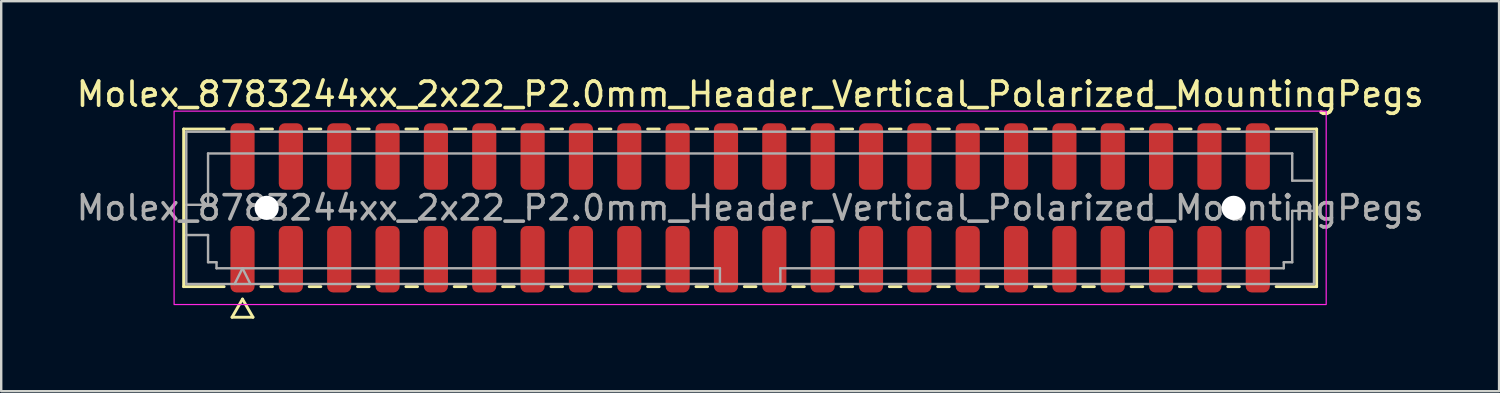
<source format=kicad_pcb>
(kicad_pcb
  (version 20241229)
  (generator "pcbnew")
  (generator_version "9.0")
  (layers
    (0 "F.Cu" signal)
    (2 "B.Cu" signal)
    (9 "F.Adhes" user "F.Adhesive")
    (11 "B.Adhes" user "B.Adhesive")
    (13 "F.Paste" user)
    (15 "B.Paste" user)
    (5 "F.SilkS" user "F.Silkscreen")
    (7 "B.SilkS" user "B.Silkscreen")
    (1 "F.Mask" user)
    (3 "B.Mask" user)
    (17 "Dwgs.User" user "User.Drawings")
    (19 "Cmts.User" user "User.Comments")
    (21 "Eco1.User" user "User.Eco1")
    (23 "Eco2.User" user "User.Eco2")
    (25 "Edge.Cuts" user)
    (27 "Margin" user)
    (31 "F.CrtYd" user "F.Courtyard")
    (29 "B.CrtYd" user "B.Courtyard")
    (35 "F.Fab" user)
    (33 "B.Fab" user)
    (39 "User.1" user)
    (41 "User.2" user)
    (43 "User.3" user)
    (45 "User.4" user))
  (footprint "Molex_8783244xx_2x22_P2.0mm_Header_Vertical_Polarized_MountingPegs"
    (layer "F.Cu")
    (at 27.982 5.548)
    (property "Reference" "Molex_8783244xx_2x22_P2.0mm_Header_Vertical_Polarized_MountingPegs" (at 0 -4.7 0) (layer "F.SilkS") (effects (font (size 1 1) (thickness 0.15))))
    (attr smd)
    (fp_line (start -23.435 -3.26) (end -21.76 -3.26) (stroke (width 0.12) (type solid)) (layer "F.SilkS"))
    (fp_line (start -23.435 3.26) (end -23.435 -3.26) (stroke (width 0.12) (type solid)) (layer "F.SilkS"))
    (fp_line (start -21.76 3.26) (end -23.435 3.26) (stroke (width 0.12) (type solid)) (layer "F.SilkS"))
    (fp_line (start -21.433 4.525) (end -21 3.775) (stroke (width 0.12) (type solid)) (layer "F.SilkS"))
    (fp_line (start -21 3.775) (end -20.567 4.525) (stroke (width 0.12) (type solid)) (layer "F.SilkS"))
    (fp_line (start -20.567 4.525) (end -21.433 4.525) (stroke (width 0.12) (type solid)) (layer "F.SilkS"))
    (fp_line (start -20.24 -3.26) (end -19.76 -3.26) (stroke (width 0.12) (type solid)) (layer "F.SilkS"))
    (fp_line (start -19.76 3.26) (end -20.24 3.26) (stroke (width 0.12) (type solid)) (layer "F.SilkS"))
    (fp_line (start -18.24 -3.26) (end -17.76 -3.26) (stroke (width 0.12) (type solid)) (layer "F.SilkS"))
    (fp_line (start -17.76 3.26) (end -18.24 3.26) (stroke (width 0.12) (type solid)) (layer "F.SilkS"))
    (fp_line (start -16.24 -3.26) (end -15.76 -3.26) (stroke (width 0.12) (type solid)) (layer "F.SilkS"))
    (fp_line (start -15.76 3.26) (end -16.24 3.26) (stroke (width 0.12) (type solid)) (layer "F.SilkS"))
    (fp_line (start -14.24 -3.26) (end -13.76 -3.26) (stroke (width 0.12) (type solid)) (layer "F.SilkS"))
    (fp_line (start -13.76 3.26) (end -14.24 3.26) (stroke (width 0.12) (type solid)) (layer "F.SilkS"))
    (fp_line (start -12.24 -3.26) (end -11.76 -3.26) (stroke (width 0.12) (type solid)) (layer "F.SilkS"))
    (fp_line (start -11.76 3.26) (end -12.24 3.26) (stroke (width 0.12) (type solid)) (layer "F.SilkS"))
    (fp_line (start -10.24 -3.26) (end -9.76 -3.26) (stroke (width 0.12) (type solid)) (layer "F.SilkS"))
    (fp_line (start -9.76 3.26) (end -10.24 3.26) (stroke (width 0.12) (type solid)) (layer "F.SilkS"))
    (fp_line (start -8.24 -3.26) (end -7.76 -3.26) (stroke (width 0.12) (type solid)) (layer "F.SilkS"))
    (fp_line (start -7.76 3.26) (end -8.24 3.26) (stroke (width 0.12) (type solid)) (layer "F.SilkS"))
    (fp_line (start -6.24 -3.26) (end -5.76 -3.26) (stroke (width 0.12) (type solid)) (layer "F.SilkS"))
    (fp_line (start -5.76 3.26) (end -6.24 3.26) (stroke (width 0.12) (type solid)) (layer "F.SilkS"))
    (fp_line (start -4.24 -3.26) (end -3.76 -3.26) (stroke (width 0.12) (type solid)) (layer "F.SilkS"))
    (fp_line (start -3.76 3.26) (end -4.24 3.26) (stroke (width 0.12) (type solid)) (layer "F.SilkS"))
    (fp_line (start -2.24 -3.26) (end -1.76 -3.26) (stroke (width 0.12) (type solid)) (layer "F.SilkS"))
    (fp_line (start -1.76 3.26) (end -2.24 3.26) (stroke (width 0.12) (type solid)) (layer "F.SilkS"))
    (fp_line (start -0.24 -3.26) (end 0.24 -3.26) (stroke (width 0.12) (type solid)) (layer "F.SilkS"))
    (fp_line (start 0.24 3.26) (end -0.24 3.26) (stroke (width 0.12) (type solid)) (layer "F.SilkS"))
    (fp_line (start 1.76 -3.26) (end 2.24 -3.26) (stroke (width 0.12) (type solid)) (layer "F.SilkS"))
    (fp_line (start 2.24 3.26) (end 1.76 3.26) (stroke (width 0.12) (type solid)) (layer "F.SilkS"))
    (fp_line (start 3.76 -3.26) (end 4.24 -3.26) (stroke (width 0.12) (type solid)) (layer "F.SilkS"))
    (fp_line (start 4.24 3.26) (end 3.76 3.26) (stroke (width 0.12) (type solid)) (layer "F.SilkS"))
    (fp_line (start 5.76 -3.26) (end 6.24 -3.26) (stroke (width 0.12) (type solid)) (layer "F.SilkS"))
    (fp_line (start 6.24 3.26) (end 5.76 3.26) (stroke (width 0.12) (type solid)) (layer "F.SilkS"))
    (fp_line (start 7.76 -3.26) (end 8.24 -3.26) (stroke (width 0.12) (type solid)) (layer "F.SilkS"))
    (fp_line (start 8.24 3.26) (end 7.76 3.26) (stroke (width 0.12) (type solid)) (layer "F.SilkS"))
    (fp_line (start 9.76 -3.26) (end 10.24 -3.26) (stroke (width 0.12) (type solid)) (layer "F.SilkS"))
    (fp_line (start 10.24 3.26) (end 9.76 3.26) (stroke (width 0.12) (type solid)) (layer "F.SilkS"))
    (fp_line (start 11.76 -3.26) (end 12.24 -3.26) (stroke (width 0.12) (type solid)) (layer "F.SilkS"))
    (fp_line (start 12.24 3.26) (end 11.76 3.26) (stroke (width 0.12) (type solid)) (layer "F.SilkS"))
    (fp_line (start 13.76 -3.26) (end 14.24 -3.26) (stroke (width 0.12) (type solid)) (layer "F.SilkS"))
    (fp_line (start 14.24 3.26) (end 13.76 3.26) (stroke (width 0.12) (type solid)) (layer "F.SilkS"))
    (fp_line (start 15.76 -3.26) (end 16.24 -3.26) (stroke (width 0.12) (type solid)) (layer "F.SilkS"))
    (fp_line (start 16.24 3.26) (end 15.76 3.26) (stroke (width 0.12) (type solid)) (layer "F.SilkS"))
    (fp_line (start 17.76 -3.26) (end 18.24 -3.26) (stroke (width 0.12) (type solid)) (layer "F.SilkS"))
    (fp_line (start 18.24 3.26) (end 17.76 3.26) (stroke (width 0.12) (type solid)) (layer "F.SilkS"))
    (fp_line (start 19.76 -3.26) (end 20.24 -3.26) (stroke (width 0.12) (type solid)) (layer "F.SilkS"))
    (fp_line (start 20.24 3.26) (end 19.76 3.26) (stroke (width 0.12) (type solid)) (layer "F.SilkS"))
    (fp_line (start 21.76 -3.26) (end 23.435 -3.26) (stroke (width 0.12) (type solid)) (layer "F.SilkS"))
    (fp_line (start 23.435 -3.26) (end 23.435 3.26) (stroke (width 0.12) (type solid)) (layer "F.SilkS"))
    (fp_line (start 23.435 3.26) (end 21.76 3.26) (stroke (width 0.12) (type solid)) (layer "F.SilkS"))
    (fp_rect (start -23.83 -4) (end 23.83 4) (stroke (width 0.05) (type solid)) (fill no) (layer "F.CrtYd"))
    (fp_line (start -23.325 -3.15) (end 23.325 -3.15) (stroke (width 0.1) (type solid)) (layer "F.Fab"))
    (fp_line (start -23.325 -0.125) (end -22.425 -0.125) (stroke (width 0.1) (type solid)) (layer "F.Fab"))
    (fp_line (start -23.325 1.125) (end -22.425 1.125) (stroke (width 0.1) (type solid)) (layer "F.Fab"))
    (fp_line (start -23.325 3.15) (end -23.325 -3.15) (stroke (width 0.1) (type solid)) (layer "F.Fab"))
    (fp_line (start -22.425 -2.25) (end 22.425 -2.25) (stroke (width 0.1) (type solid)) (layer "F.Fab"))
    (fp_line (start -22.425 -0.125) (end -22.425 -2.25) (stroke (width 0.1) (type solid)) (layer "F.Fab"))
    (fp_line (start -22.425 1.125) (end -22.425 2.25) (stroke (width 0.1) (type solid)) (layer "F.Fab"))
    (fp_line (start -22.425 2.25) (end -22.075 2.25) (stroke (width 0.1) (type solid)) (layer "F.Fab"))
    (fp_line (start -22.075 2.25) (end -22.075 2.5) (stroke (width 0.1) (type solid)) (layer "F.Fab"))
    (fp_line (start -22.075 2.5) (end -1.25 2.5) (stroke (width 0.1) (type solid)) (layer "F.Fab"))
    (fp_line (start -21.325 3.15) (end -21 2.5) (stroke (width 0.1) (type solid)) (layer "F.Fab"))
    (fp_line (start -21 2.5) (end -20.675 3.15) (stroke (width 0.1) (type solid)) (layer "F.Fab"))
    (fp_line (start -1.25 2.5) (end -1.25 3.15) (stroke (width 0.1) (type solid)) (layer "F.Fab"))
    (fp_line (start 1.25 2.5) (end 1.25 3.15) (stroke (width 0.1) (type solid)) (layer "F.Fab"))
    (fp_line (start 1.25 2.5) (end 22.075 2.5) (stroke (width 0.1) (type solid)) (layer "F.Fab"))
    (fp_line (start 22.075 2.25) (end 22.425 2.25) (stroke (width 0.1) (type solid)) (layer "F.Fab"))
    (fp_line (start 22.075 2.5) (end 22.075 2.25) (stroke (width 0.1) (type solid)) (layer "F.Fab"))
    (fp_line (start 22.425 -2.25) (end 22.425 -1.125) (stroke (width 0.1) (type solid)) (layer "F.Fab"))
    (fp_line (start 22.425 -1.125) (end 23.325 -1.125) (stroke (width 0.1) (type solid)) (layer "F.Fab"))
    (fp_line (start 22.425 0.125) (end 23.325 0.125) (stroke (width 0.1) (type solid)) (layer "F.Fab"))
    (fp_line (start 22.425 2.25) (end 22.425 0.125) (stroke (width 0.1) (type solid)) (layer "F.Fab"))
    (fp_line (start 23.325 -3.15) (end 23.325 3.15) (stroke (width 0.1) (type solid)) (layer "F.Fab"))
    (fp_line (start 23.325 3.15) (end -23.325 3.15) (stroke (width 0.1) (type solid)) (layer "F.Fab"))
    (fp_text user "${REFERENCE}" (at 0 0 0) (layer "F.Fab") (effects (font (size 1 1) (thickness 0.15))))
    (pad "" np_thru_hole circle (at -20 0) (size 1 1) (drill 1) (layers "*.Cu" "*.Mask"))
    (pad "" np_thru_hole circle (at 20 0) (size 1 1) (drill 1) (layers "*.Cu" "*.Mask"))
    (pad "1" smd roundrect (at -21 2.125) (size 1 2.75) (layers "F.Cu" "F.Mask" "F.Paste") (roundrect_rratio 0.25))
    (pad "2" smd roundrect (at -21 -2.125) (size 1 2.75) (layers "F.Cu" "F.Mask" "F.Paste") (roundrect_rratio 0.25))
    (pad "3" smd roundrect (at -19 2.125) (size 1 2.75) (layers "F.Cu" "F.Mask" "F.Paste") (roundrect_rratio 0.25))
    (pad "4" smd roundrect (at -19 -2.125) (size 1 2.75) (layers "F.Cu" "F.Mask" "F.Paste") (roundrect_rratio 0.25))
    (pad "5" smd roundrect (at -17 2.125) (size 1 2.75) (layers "F.Cu" "F.Mask" "F.Paste") (roundrect_rratio 0.25))
    (pad "6" smd roundrect (at -17 -2.125) (size 1 2.75) (layers "F.Cu" "F.Mask" "F.Paste") (roundrect_rratio 0.25))
    (pad "7" smd roundrect (at -15 2.125) (size 1 2.75) (layers "F.Cu" "F.Mask" "F.Paste") (roundrect_rratio 0.25))
    (pad "8" smd roundrect (at -15 -2.125) (size 1 2.75) (layers "F.Cu" "F.Mask" "F.Paste") (roundrect_rratio 0.25))
    (pad "9" smd roundrect (at -13 2.125) (size 1 2.75) (layers "F.Cu" "F.Mask" "F.Paste") (roundrect_rratio 0.25))
    (pad "10" smd roundrect (at -13 -2.125) (size 1 2.75) (layers "F.Cu" "F.Mask" "F.Paste") (roundrect_rratio 0.25))
    (pad "11" smd roundrect (at -11 2.125) (size 1 2.75) (layers "F.Cu" "F.Mask" "F.Paste") (roundrect_rratio 0.25))
    (pad "12" smd roundrect (at -11 -2.125) (size 1 2.75) (layers "F.Cu" "F.Mask" "F.Paste") (roundrect_rratio 0.25))
    (pad "13" smd roundrect (at -9 2.125) (size 1 2.75) (layers "F.Cu" "F.Mask" "F.Paste") (roundrect_rratio 0.25))
    (pad "14" smd roundrect (at -9 -2.125) (size 1 2.75) (layers "F.Cu" "F.Mask" "F.Paste") (roundrect_rratio 0.25))
    (pad "15" smd roundrect (at -7 2.125) (size 1 2.75) (layers "F.Cu" "F.Mask" "F.Paste") (roundrect_rratio 0.25))
    (pad "16" smd roundrect (at -7 -2.125) (size 1 2.75) (layers "F.Cu" "F.Mask" "F.Paste") (roundrect_rratio 0.25))
    (pad "17" smd roundrect (at -5 2.125) (size 1 2.75) (layers "F.Cu" "F.Mask" "F.Paste") (roundrect_rratio 0.25))
    (pad "18" smd roundrect (at -5 -2.125) (size 1 2.75) (layers "F.Cu" "F.Mask" "F.Paste") (roundrect_rratio 0.25))
    (pad "19" smd roundrect (at -3 2.125) (size 1 2.75) (layers "F.Cu" "F.Mask" "F.Paste") (roundrect_rratio 0.25))
    (pad "20" smd roundrect (at -3 -2.125) (size 1 2.75) (layers "F.Cu" "F.Mask" "F.Paste") (roundrect_rratio 0.25))
    (pad "21" smd roundrect (at -1 2.125) (size 1 2.75) (layers "F.Cu" "F.Mask" "F.Paste") (roundrect_rratio 0.25))
    (pad "22" smd roundrect (at -1 -2.125) (size 1 2.75) (layers "F.Cu" "F.Mask" "F.Paste") (roundrect_rratio 0.25))
    (pad "23" smd roundrect (at 1 2.125) (size 1 2.75) (layers "F.Cu" "F.Mask" "F.Paste") (roundrect_rratio 0.25))
    (pad "24" smd roundrect (at 1 -2.125) (size 1 2.75) (layers "F.Cu" "F.Mask" "F.Paste") (roundrect_rratio 0.25))
    (pad "25" smd roundrect (at 3 2.125) (size 1 2.75) (layers "F.Cu" "F.Mask" "F.Paste") (roundrect_rratio 0.25))
    (pad "26" smd roundrect (at 3 -2.125) (size 1 2.75) (layers "F.Cu" "F.Mask" "F.Paste") (roundrect_rratio 0.25))
    (pad "27" smd roundrect (at 5 2.125) (size 1 2.75) (layers "F.Cu" "F.Mask" "F.Paste") (roundrect_rratio 0.25))
    (pad "28" smd roundrect (at 5 -2.125) (size 1 2.75) (layers "F.Cu" "F.Mask" "F.Paste") (roundrect_rratio 0.25))
    (pad "29" smd roundrect (at 7 2.125) (size 1 2.75) (layers "F.Cu" "F.Mask" "F.Paste") (roundrect_rratio 0.25))
    (pad "30" smd roundrect (at 7 -2.125) (size 1 2.75) (layers "F.Cu" "F.Mask" "F.Paste") (roundrect_rratio 0.25))
    (pad "31" smd roundrect (at 9 2.125) (size 1 2.75) (layers "F.Cu" "F.Mask" "F.Paste") (roundrect_rratio 0.25))
    (pad "32" smd roundrect (at 9 -2.125) (size 1 2.75) (layers "F.Cu" "F.Mask" "F.Paste") (roundrect_rratio 0.25))
    (pad "33" smd roundrect (at 11 2.125) (size 1 2.75) (layers "F.Cu" "F.Mask" "F.Paste") (roundrect_rratio 0.25))
    (pad "34" smd roundrect (at 11 -2.125) (size 1 2.75) (layers "F.Cu" "F.Mask" "F.Paste") (roundrect_rratio 0.25))
    (pad "35" smd roundrect (at 13 2.125) (size 1 2.75) (layers "F.Cu" "F.Mask" "F.Paste") (roundrect_rratio 0.25))
    (pad "36" smd roundrect (at 13 -2.125) (size 1 2.75) (layers "F.Cu" "F.Mask" "F.Paste") (roundrect_rratio 0.25))
    (pad "37" smd roundrect (at 15 2.125) (size 1 2.75) (layers "F.Cu" "F.Mask" "F.Paste") (roundrect_rratio 0.25))
    (pad "38" smd roundrect (at 15 -2.125) (size 1 2.75) (layers "F.Cu" "F.Mask" "F.Paste") (roundrect_rratio 0.25))
    (pad "39" smd roundrect (at 17 2.125) (size 1 2.75) (layers "F.Cu" "F.Mask" "F.Paste") (roundrect_rratio 0.25))
    (pad "40" smd roundrect (at 17 -2.125) (size 1 2.75) (layers "F.Cu" "F.Mask" "F.Paste") (roundrect_rratio 0.25))
    (pad "41" smd roundrect (at 19 2.125) (size 1 2.75) (layers "F.Cu" "F.Mask" "F.Paste") (roundrect_rratio 0.25))
    (pad "42" smd roundrect (at 19 -2.125) (size 1 2.75) (layers "F.Cu" "F.Mask" "F.Paste") (roundrect_rratio 0.25))
    (pad "43" smd roundrect (at 21 2.125) (size 1 2.75) (layers "F.Cu" "F.Mask" "F.Paste") (roundrect_rratio 0.25))
    (pad "44" smd roundrect (at 21 -2.125) (size 1 2.75) (layers "F.Cu" "F.Mask" "F.Paste") (roundrect_rratio 0.25)))
  (gr_rect
    (start -3 -3)
    (end 58.964 13.133)
    (stroke (width 0.1) (type default))
    (fill no)
    (layer "Edge.Cuts")))
</source>
